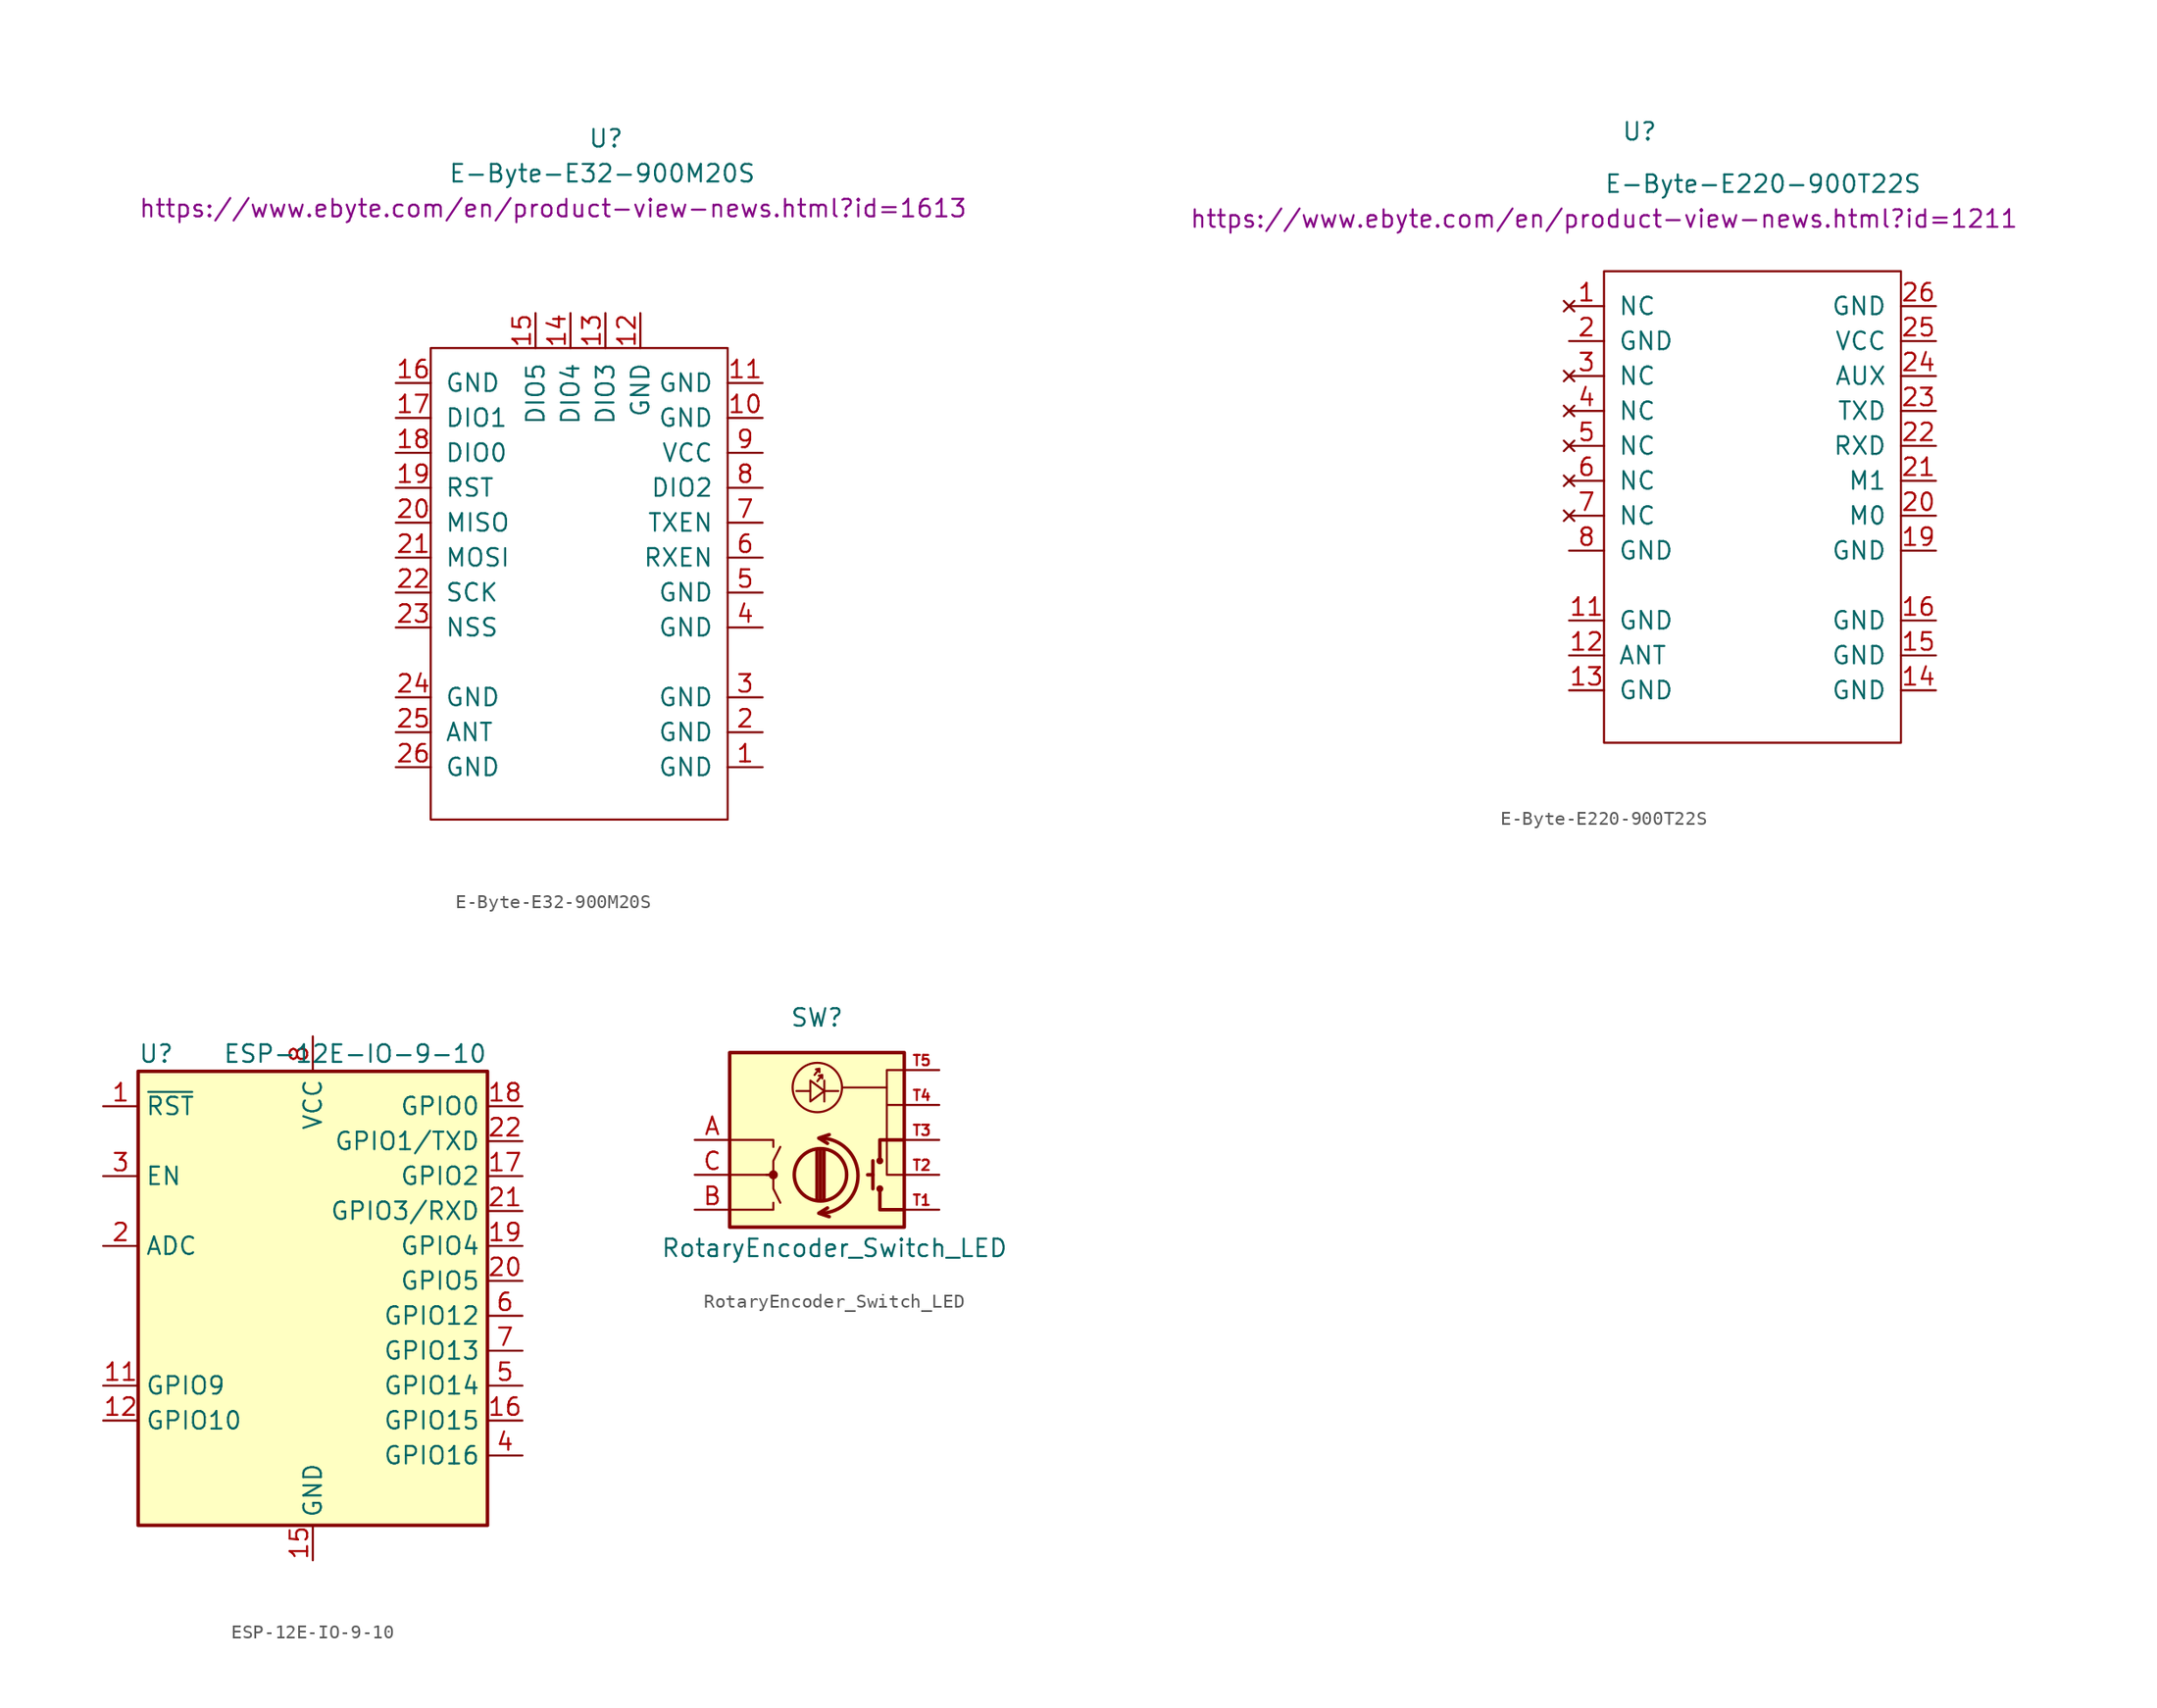
<source format=kicad_sym>
(kicad_symbol_lib
  (version 20211014)
  (generator kicad_symbol_editor)
  (symbol "E-Byte-E32-900M20S"
    (pin_names
      (offset 1.016))
    (property "Reference" "U"
      (at 11.43 15.24 0)
      (effects (font (size 1.27 1.27)) (justify left)))
    (property "Value" "E-Byte-E32-900M20S"
      (at 1.27 12.7 0)
      (effects (font (size 1.27 1.27)) (justify left)))
    (property "Datasheet" "https://www.ebyte.com/en/product-view-news.html?id=1613"
      (at 8.89 10.16 0)
      (effects (font (size 1.27 1.27))))
    (symbol "E-Byte-E32-900M20S_0_1"
      (rectangle (start 0 0) (end 21.59 -34.29) (stroke (width 0) (type default) (color 0 0 0 0)) (fill (type none))))
    (symbol "E-Byte-E32-900M20S_1_0"
      (pin power_in line (at 24.13 -30.48 180) (length 2.54) (name "GND" (effects (font (size 1.27 1.27)))) (number "1" (effects (font (size 1.27 1.27)))))
      (pin power_in line (at 24.13 -27.94 180) (length 2.54) (name "GND" (effects (font (size 1.27 1.27)))) (number "2" (effects (font (size 1.27 1.27)))))
      (pin power_in line (at 24.13 -25.4 180) (length 2.54) (name "GND" (effects (font (size 1.27 1.27)))) (number "3" (effects (font (size 1.27 1.27)))))
      (pin power_in line (at 24.13 -20.32 180) (length 2.54) (name "GND" (effects (font (size 1.27 1.27)))) (number "4" (effects (font (size 1.27 1.27)))))
      (pin power_in line (at 24.13 -17.78 180) (length 2.54) (name "GND" (effects (font (size 1.27 1.27)))) (number "5" (effects (font (size 1.27 1.27)))))
      (pin input line (at 24.13 -15.24 180) (length 2.54) (name "RXEN" (effects (font (size 1.27 1.27)))) (number "6" (effects (font (size 1.27 1.27)))))
      (pin input line (at 24.13 -12.7 180) (length 2.54) (name "TXEN" (effects (font (size 1.27 1.27)))) (number "7" (effects (font (size 1.27 1.27)))))
      (pin bidirectional line (at 24.13 -10.16 180) (length 2.54) (name "DIO2" (effects (font (size 1.27 1.27)))) (number "8" (effects (font (size 1.27 1.27)))))
      (pin power_in line (at 24.13 -7.62 180) (length 2.54) (name "VCC" (effects (font (size 1.27 1.27)))) (number "9" (effects (font (size 1.27 1.27))))))
    (symbol "E-Byte-E32-900M20S_1_1"
      (pin power_in line (at 24.13 -5.08 180) (length 2.54) (name "GND" (effects (font (size 1.27 1.27)))) (number "10" (effects (font (size 1.27 1.27)))))
      (pin power_in line (at 24.13 -2.54 180) (length 2.54) (name "GND" (effects (font (size 1.27 1.27)))) (number "11" (effects (font (size 1.27 1.27)))))
      (pin power_in line (at 15.24 2.54 270) (length 2.54) (name "GND" (effects (font (size 1.27 1.27)))) (number "12" (effects (font (size 1.27 1.27)))))
      (pin bidirectional line (at 12.7 2.54 270) (length 2.54) (name "DIO3" (effects (font (size 1.27 1.27)))) (number "13" (effects (font (size 1.27 1.27)))))
      (pin bidirectional line (at 10.16 2.54 270) (length 2.54) (name "DIO4" (effects (font (size 1.27 1.27)))) (number "14" (effects (font (size 1.27 1.27)))))
      (pin bidirectional line (at 7.62 2.54 270) (length 2.54) (name "DIO5" (effects (font (size 1.27 1.27)))) (number "15" (effects (font (size 1.27 1.27)))))
      (pin power_in line (at -2.54 -2.54 0) (length 2.54) (name "GND" (effects (font (size 1.27 1.27)))) (number "16" (effects (font (size 1.27 1.27)))))
      (pin bidirectional line (at -2.54 -5.08 0) (length 2.54) (name "DIO1" (effects (font (size 1.27 1.27)))) (number "17" (effects (font (size 1.27 1.27)))))
      (pin bidirectional line (at -2.54 -7.62 0) (length 2.54) (name "DIO0" (effects (font (size 1.27 1.27)))) (number "18" (effects (font (size 1.27 1.27)))))
      (pin input line (at -2.54 -10.16 0) (length 2.54) (name "RST" (effects (font (size 1.27 1.27)))) (number "19" (effects (font (size 1.27 1.27)))))
      (pin output line (at -2.54 -12.7 0) (length 2.54) (name "MISO" (effects (font (size 1.27 1.27)))) (number "20" (effects (font (size 1.27 1.27)))))
      (pin input line (at -2.54 -15.24 0) (length 2.54) (name "MOSI" (effects (font (size 1.27 1.27)))) (number "21" (effects (font (size 1.27 1.27)))))
      (pin input line (at -2.54 -17.78 0) (length 2.54) (name "SCK" (effects (font (size 1.27 1.27)))) (number "22" (effects (font (size 1.27 1.27)))))
      (pin input line (at -2.54 -20.32 0) (length 2.54) (name "NSS" (effects (font (size 1.27 1.27)))) (number "23" (effects (font (size 1.27 1.27)))))
      (pin power_in line (at -2.54 -25.4 0) (length 2.54) (name "GND" (effects (font (size 1.27 1.27)))) (number "24" (effects (font (size 1.27 1.27)))))
      (pin bidirectional line (at -2.54 -27.94 0) (length 2.54) (name "ANT" (effects (font (size 1.27 1.27)))) (number "25" (effects (font (size 1.27 1.27)))))
      (pin power_in line (at -2.54 -30.48 0) (length 2.54) (name "GND" (effects (font (size 1.27 1.27)))) (number "26" (effects (font (size 1.27 1.27)))))))
  (symbol "E-Byte-E220-900T22S"
    (pin_names
      (offset 1.016))
    (property "Reference" "U"
      (at 1.27 10.16 0)
      (effects (font (size 1.27 1.27)) (justify left)))
    (property "Value" "E-Byte-E220-900T22S"
      (at 0 6.35 0)
      (effects (font (size 1.27 1.27)) (justify left)))
    (property "Datasheet" "https://www.ebyte.com/en/product-view-news.html?id=1211"
      (at 0 3.81 0)
      (effects (font (size 1.27 1.27))))
    (symbol "E-Byte-E220-900T22S_0_1"
      (rectangle (start 0 0) (end 21.59 -34.29) (stroke (width 0) (type default) (color 0 0 0 0)) (fill (type none))))
    (symbol "E-Byte-E220-900T22S_1_0"
      (pin power_in line (at 24.13 -30.48 180) (length 2.54) (name "GND" (effects (font (size 1.27 1.27)))) (number "14" (effects (font (size 1.27 1.27)))))
      (pin power_in line (at 24.13 -27.94 180) (length 2.54) (name "GND" (effects (font (size 1.27 1.27)))) (number "15" (effects (font (size 1.27 1.27)))))
      (pin power_in line (at 24.13 -25.4 180) (length 2.54) (name "GND" (effects (font (size 1.27 1.27)))) (number "16" (effects (font (size 1.27 1.27)))))
      (pin power_in line (at 24.13 -20.32 180) (length 2.54) (name "GND" (effects (font (size 1.27 1.27)))) (number "19" (effects (font (size 1.27 1.27)))))
      (pin input line (at 24.13 -17.78 180) (length 2.54) (name "M0" (effects (font (size 1.27 1.27)))) (number "20" (effects (font (size 1.27 1.27)))))
      (pin input line (at 24.13 -15.24 180) (length 2.54) (name "M1" (effects (font (size 1.27 1.27)))) (number "21" (effects (font (size 1.27 1.27)))))
      (pin input line (at 24.13 -12.7 180) (length 2.54) (name "RXD" (effects (font (size 1.27 1.27)))) (number "22" (effects (font (size 1.27 1.27)))))
      (pin output line (at 24.13 -10.16 180) (length 2.54) (name "TXD" (effects (font (size 1.27 1.27)))) (number "23" (effects (font (size 1.27 1.27)))))
      (pin output line (at 24.13 -7.62 180) (length 2.54) (name "AUX" (effects (font (size 1.27 1.27)))) (number "24" (effects (font (size 1.27 1.27))))))
    (symbol "E-Byte-E220-900T22S_1_1"
      (pin no_connect line (at -2.54 -2.54 0) (length 2.54) (name "NC" (effects (font (size 1.27 1.27)))) (number "1" (effects (font (size 1.27 1.27)))))
      (pin power_in line (at -2.54 -25.4 0) (length 2.54) (name "GND" (effects (font (size 1.27 1.27)))) (number "11" (effects (font (size 1.27 1.27)))))
      (pin bidirectional line (at -2.54 -27.94 0) (length 2.54) (name "ANT" (effects (font (size 1.27 1.27)))) (number "12" (effects (font (size 1.27 1.27)))))
      (pin power_in line (at -2.54 -30.48 0) (length 2.54) (name "GND" (effects (font (size 1.27 1.27)))) (number "13" (effects (font (size 1.27 1.27)))))
      (pin power_in line (at -2.54 -5.08 0) (length 2.54) (name "GND" (effects (font (size 1.27 1.27)))) (number "2" (effects (font (size 1.27 1.27)))))
      (pin power_in line (at 24.13 -5.08 180) (length 2.54) (name "VCC" (effects (font (size 1.27 1.27)))) (number "25" (effects (font (size 1.27 1.27)))))
      (pin power_in line (at 24.13 -2.54 180) (length 2.54) (name "GND" (effects (font (size 1.27 1.27)))) (number "26" (effects (font (size 1.27 1.27)))))
      (pin no_connect line (at -2.54 -7.62 0) (length 2.54) (name "NC" (effects (font (size 1.27 1.27)))) (number "3" (effects (font (size 1.27 1.27)))))
      (pin no_connect line (at -2.54 -10.16 0) (length 2.54) (name "NC" (effects (font (size 1.27 1.27)))) (number "4" (effects (font (size 1.27 1.27)))))
      (pin no_connect line (at -2.54 -12.7 0) (length 2.54) (name "NC" (effects (font (size 1.27 1.27)))) (number "5" (effects (font (size 1.27 1.27)))))
      (pin no_connect line (at -2.54 -15.24 0) (length 2.54) (name "NC" (effects (font (size 1.27 1.27)))) (number "6" (effects (font (size 1.27 1.27)))))
      (pin no_connect line (at -2.54 -17.78 0) (length 2.54) (name "NC" (effects (font (size 1.27 1.27)))) (number "7" (effects (font (size 1.27 1.27)))))
      (pin power_in line (at -2.54 -20.32 0) (length 2.54) (name "GND" (effects (font (size 1.27 1.27)))) (number "8" (effects (font (size 1.27 1.27)))))))
  (symbol "ESP-12E-IO-9-10"
    (property "Reference" "U"
      (at -12.7 19.05 0)
      (effects (font (size 1.27 1.27)) (justify left)))
    (property "Value" "ESP-12E-IO-9-10"
      (at 12.7 19.05 0)
      (effects (font (size 1.27 1.27)) (justify right)))
    (symbol "ESP-12E-IO-9-10_0_1"
      (rectangle (start -12.7 17.78) (end 12.7 -15.24) (stroke (width 0.254) (type default) (color 0 0 0 0)) (fill (type background))))
    (symbol "ESP-12E-IO-9-10_1_1"
      (pin input line (at -15.24 15.24 0) (length 2.54) (name "~{RST}" (effects (font (size 1.27 1.27)))) (number "1" (effects (font (size 1.27 1.27)))))
      (pin bidirectional line (at -15.24 -5.08 0) (length 2.54) (name "GPIO9" (effects (font (size 1.27 1.27)))) (number "11" (effects (font (size 1.27 1.27)))))
      (pin bidirectional line (at -15.24 -7.62 0) (length 2.54) (name "GPIO10" (effects (font (size 1.27 1.27)))) (number "12" (effects (font (size 1.27 1.27)))))
      (pin power_in line (at 0 -17.78 90) (length 2.54) (name "GND" (effects (font (size 1.27 1.27)))) (number "15" (effects (font (size 1.27 1.27)))))
      (pin bidirectional line (at 15.24 -7.62 180) (length 2.54) (name "GPIO15" (effects (font (size 1.27 1.27)))) (number "16" (effects (font (size 1.27 1.27)))))
      (pin bidirectional line (at 15.24 10.16 180) (length 2.54) (name "GPIO2" (effects (font (size 1.27 1.27)))) (number "17" (effects (font (size 1.27 1.27)))))
      (pin bidirectional line (at 15.24 15.24 180) (length 2.54) (name "GPIO0" (effects (font (size 1.27 1.27)))) (number "18" (effects (font (size 1.27 1.27)))))
      (pin bidirectional line (at 15.24 5.08 180) (length 2.54) (name "GPIO4" (effects (font (size 1.27 1.27)))) (number "19" (effects (font (size 1.27 1.27)))))
      (pin input line (at -15.24 5.08 0) (length 2.54) (name "ADC" (effects (font (size 1.27 1.27)))) (number "2" (effects (font (size 1.27 1.27)))))
      (pin bidirectional line (at 15.24 2.54 180) (length 2.54) (name "GPIO5" (effects (font (size 1.27 1.27)))) (number "20" (effects (font (size 1.27 1.27)))))
      (pin bidirectional line (at 15.24 7.62 180) (length 2.54) (name "GPIO3/RXD" (effects (font (size 1.27 1.27)))) (number "21" (effects (font (size 1.27 1.27)))))
      (pin bidirectional line (at 15.24 12.7 180) (length 2.54) (name "GPIO1/TXD" (effects (font (size 1.27 1.27)))) (number "22" (effects (font (size 1.27 1.27)))))
      (pin input line (at -15.24 10.16 0) (length 2.54) (name "EN" (effects (font (size 1.27 1.27)))) (number "3" (effects (font (size 1.27 1.27)))))
      (pin bidirectional line (at 15.24 -10.16 180) (length 2.54) (name "GPIO16" (effects (font (size 1.27 1.27)))) (number "4" (effects (font (size 1.27 1.27)))))
      (pin bidirectional line (at 15.24 -5.08 180) (length 2.54) (name "GPIO14" (effects (font (size 1.27 1.27)))) (number "5" (effects (font (size 1.27 1.27)))))
      (pin bidirectional line (at 15.24 0 180) (length 2.54) (name "GPIO12" (effects (font (size 1.27 1.27)))) (number "6" (effects (font (size 1.27 1.27)))))
      (pin bidirectional line (at 15.24 -2.54 180) (length 2.54) (name "GPIO13" (effects (font (size 1.27 1.27)))) (number "7" (effects (font (size 1.27 1.27)))))
      (pin power_in line (at 0 20.32 270) (length 2.54) (name "VCC" (effects (font (size 1.27 1.27)))) (number "8" (effects (font (size 1.27 1.27)))))))
  (symbol "RotaryEncoder_Switch_LED"
    (pin_names
      (offset 0.254) hide)
    (property "Reference" "SW"
      (at 0 10.16 0)
      (effects (font (size 1.27 1.27))))
    (property "Value" "RotaryEncoder_Switch_LED"
      (at 1.27 -6.604 0)
      (effects (font (size 1.27 1.27))))
    (symbol "RotaryEncoder_Switch_LED_0_1"
      (rectangle (start -6.35 7.62) (end 6.35 -5.08) (stroke (width 0.254) (type default) (color 0 0 0 0)) (fill (type background)))
      (circle (center -3.175 -1.27) (radius 0.254) (stroke (width 0) (type default) (color 0 0 0 0)) (fill (type outline)))
      (polyline (pts (xy -0.483 4.826) (xy -1.499 4.826)) (stroke (width 0) (type default) (color 0 0 0 0)) (fill (type none)))
      (polyline (pts (xy 0 -3.048) (xy 0 0.508)) (stroke (width 0.254) (type default) (color 0 0 0 0)) (fill (type none)))
      (polyline (pts (xy 0.254 -3.048) (xy 0.254 0.508)) (stroke (width 0.254) (type default) (color 0 0 0 0)) (fill (type none)))
      (polyline (pts (xy 0.508 0.508) (xy 0.508 -3.048)) (stroke (width 0.254) (type default) (color 0 0 0 0)) (fill (type none)))
      (polyline (pts (xy 0.533 4.826) (xy 1.549 4.826)) (stroke (width 0) (type default) (color 0 0 0 0)) (fill (type none)))
      (polyline (pts (xy 0.533 5.588) (xy 0.533 4.064)) (stroke (width 0) (type default) (color 0 0 0 0)) (fill (type none)))
      (polyline (pts (xy 4.064 -1.27) (xy 3.683 -1.27)) (stroke (width 0.254) (type default) (color 0 0 0 0)) (fill (type none)))
      (polyline (pts (xy 4.064 -0.254) (xy 4.064 -2.286)) (stroke (width 0.254) (type default) (color 0 0 0 0)) (fill (type none)))
      (polyline (pts (xy 5.08 5.08) (xy 1.905 5.08)) (stroke (width 0) (type default) (color 0 0 0 0)) (fill (type none)))
      (polyline (pts (xy -6.35 -3.81) (xy -3.175 -3.81) (xy -3.175 -3.302)) (stroke (width 0) (type default) (color 0 0 0 0)) (fill (type none)))
      (polyline (pts (xy -6.35 1.27) (xy -3.175 1.27) (xy -3.175 0.762)) (stroke (width 0) (type default) (color 0 0 0 0)) (fill (type none)))
      (polyline (pts (xy 0.889 -4.318) (xy 0.127 -4.064) (xy 0.762 -3.683)) (stroke (width 0.254) (type default) (color 0 0 0 0)) (fill (type none)))
      (polyline (pts (xy 0.889 1.651) (xy 0.127 1.397) (xy 0.762 1.016)) (stroke (width 0.254) (type default) (color 0 0 0 0)) (fill (type none)))
      (polyline (pts (xy 6.35 -3.81) (xy 4.572 -3.81) (xy 4.572 -2.286)) (stroke (width 0.254) (type default) (color 0 0 0 0)) (fill (type none)))
      (polyline (pts (xy 6.35 1.27) (xy 4.572 1.27) (xy 4.572 -0.254)) (stroke (width 0.254) (type default) (color 0 0 0 0)) (fill (type none)))
      (polyline (pts (xy -6.35 -1.27) (xy -3.175 -1.27) (xy -3.175 -2.286) (xy -2.667 -3.302)) (stroke (width 0) (type default) (color 0 0 0 0)) (fill (type none)))
      (polyline (pts (xy -3.683 -1.27) (xy -3.175 -1.27) (xy -3.175 -0.254) (xy -2.667 0.762)) (stroke (width 0) (type default) (color 0 0 0 0)) (fill (type none)))
      (polyline (pts (xy -0.483 5.588) (xy -0.483 4.064) (xy 0.533 4.826) (xy -0.483 5.588) (xy -0.483 4.064)) (stroke (width 0) (type default) (color 0 0 0 0)) (fill (type none)))
      (polyline (pts (xy -0.178 5.994) (xy 0.178 6.452) (xy -0.076 6.401) (xy 0.178 6.452) (xy 0.178 6.198)) (stroke (width 0) (type default) (color 0 0 0 0)) (fill (type none)))
      (polyline (pts (xy 0.025 5.537) (xy 0.381 5.994) (xy 0.127 5.944) (xy 0.381 5.994) (xy 0.381 5.74)) (stroke (width 0) (type default) (color 0 0 0 0)) (fill (type none)))
      (polyline (pts (xy 6.35 6.35) (xy 5.08 6.35) (xy 5.08 3.81) (xy 6.35 3.81) (xy 5.08 3.81) (xy 5.08 -1.27) (xy 6.35 -1.27) (xy 5.08 -1.27) (xy 5.08 5.08)) (stroke (width 0) (type default) (color 0 0 0 0)) (fill (type none)))
      (circle (center 0.025 5.08) (radius 1.796) (stroke (width 0) (type default) (color 0 0 0 0)) (fill (type none)))
      (arc (start 0.254 -4.064) (mid 2.9972 -1.3335) (end 0.254 1.397) (stroke (width 0.254) (type default) (color 0 0 0 0)) (fill (type none)))
      (circle (center 0.254 -1.27) (radius 1.905) (stroke (width 0.254) (type default) (color 0 0 0 0)) (fill (type none)))
      (circle (center 4.572 -2.286) (radius 0.127) (stroke (width 0.254) (type default) (color 0 0 0 0)) (fill (type none)))
      (circle (center 4.572 -0.254) (radius 0.127) (stroke (width 0.254) (type default) (color 0 0 0 0)) (fill (type none))))
    (symbol "RotaryEncoder_Switch_LED_1_1"
      (pin passive line (at -8.89 1.27 0) (length 2.54) (name "A" (effects (font (size 1.27 1.27)))) (number "A" (effects (font (size 1.27 1.27)))))
      (pin passive line (at -8.89 -3.81 0) (length 2.54) (name "B" (effects (font (size 1.27 1.27)))) (number "B" (effects (font (size 1.27 1.27)))))
      (pin passive line (at -8.89 -1.27 0) (length 2.54) (name "C" (effects (font (size 1.27 1.27)))) (number "C" (effects (font (size 1.27 1.27)))))
      (pin power_in line (at 8.89 -3.81 180) (length 2.54) (name "T1/COM" (effects (font (size 0.75 0.75)))) (number "T1" (effects (font (size 0.75 0.75)))))
      (pin passive line (at 8.89 -1.27 180) (length 2.54) (name "T2" (effects (font (size 0.75 0.75)))) (number "T2" (effects (font (size 0.75 0.75)))))
      (pin passive line (at 8.89 1.27 180) (length 2.54) (name "T3/SW" (effects (font (size 0.75 0.75)))) (number "T3" (effects (font (size 0.75 0.75)))))
      (pin passive line (at 8.89 3.81 180) (length 2.54) (name "T4" (effects (font (size 0.75 0.75)))) (number "T4" (effects (font (size 0.75 0.75)))))
      (pin passive line (at 8.89 6.35 180) (length 2.54) (name "T5" (effects (font (size 0.75 0.75)))) (number "T5" (effects (font (size 0.75 0.75))))))))
</source>
